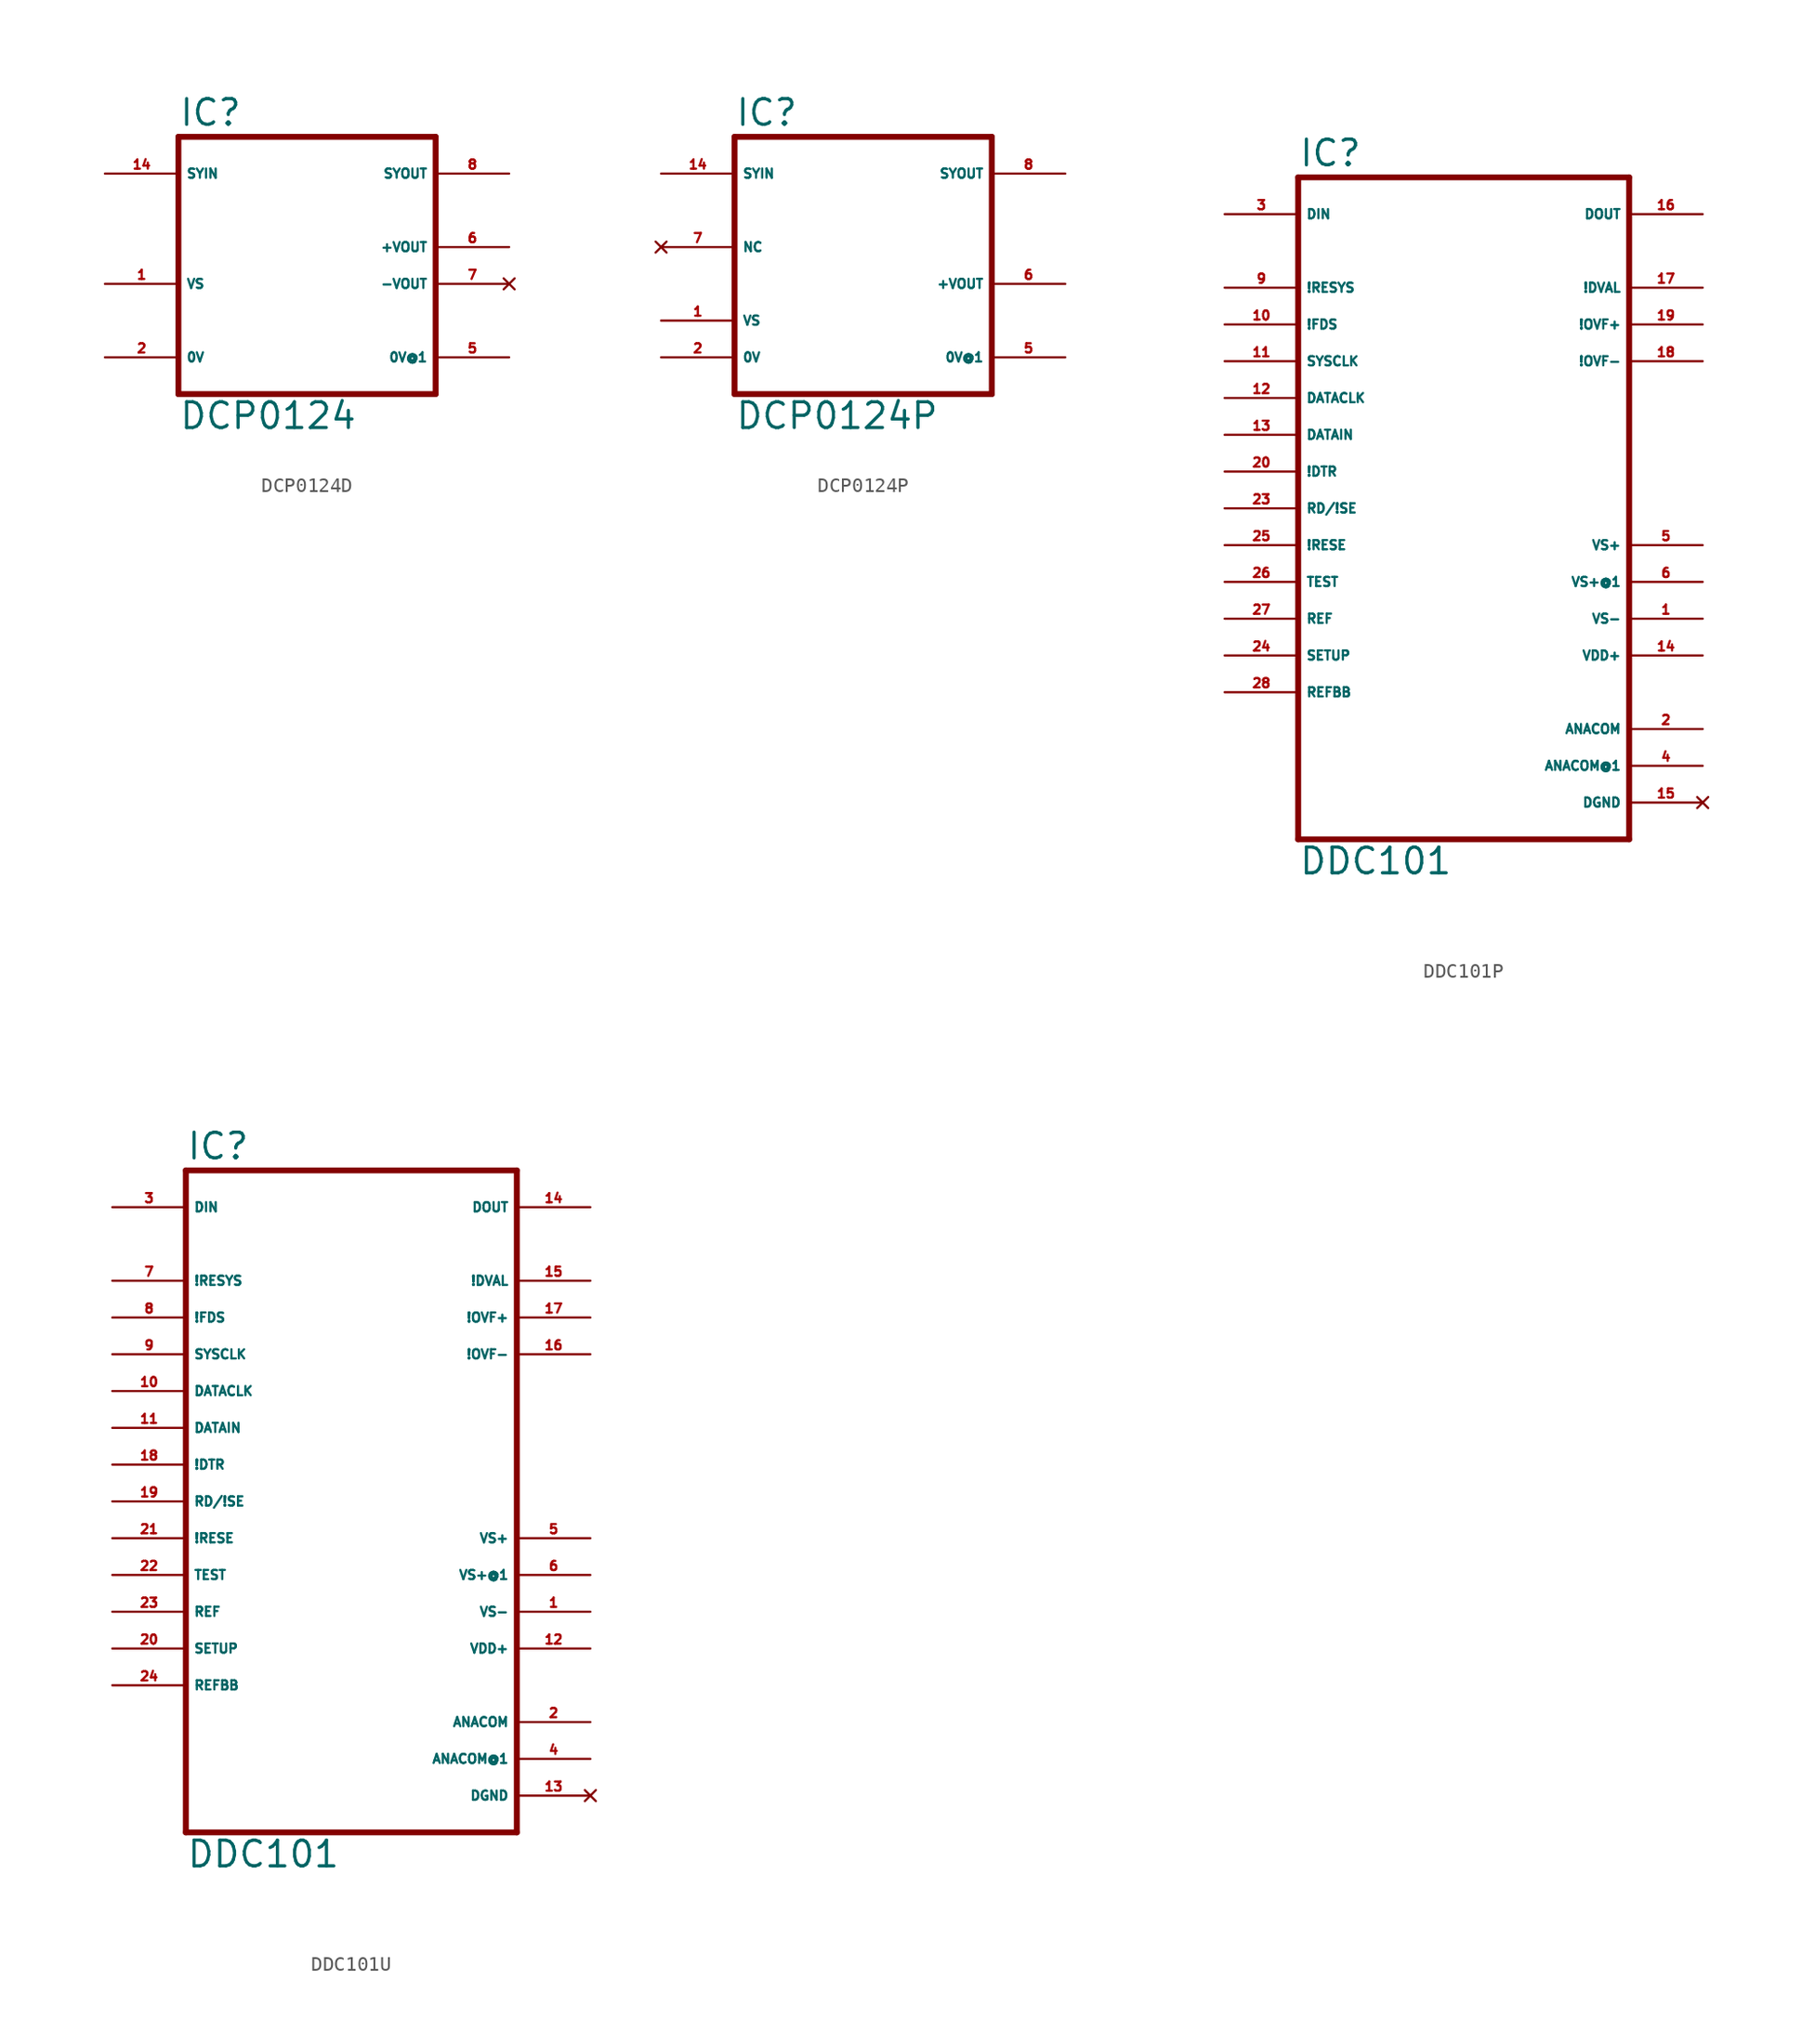
<source format=kicad_sym>
(kicad_symbol_lib
  (version 20220914)
  (generator Eagle2Kicad)
  (symbol "DCP0124D"
    (property "Reference" "IC"
      (at -7.62 8.255 0)
      (effects (font (size 1.778 1.778) (thickness 0.22)) (justify left bottom)))
    (property "Value" "DCP0124"
      (at -7.62 -12.7 0)
      (effects (font (size 1.778 1.778) (thickness 0.22)) (justify left bottom)))
    (polyline
      (pts (xy -7.62 -10.16) (xy 10.16 -10.16))
      (stroke (width 0.406) (type default))
      (fill (type none)))
    (polyline
      (pts (xy 10.16 -10.16) (xy 10.16 7.62))
      (stroke (width 0.406) (type default))
      (fill (type none)))
    (polyline
      (pts (xy 10.16 7.62) (xy -7.62 7.62))
      (stroke (width 0.406) (type default))
      (fill (type none)))
    (polyline
      (pts (xy -7.62 7.62) (xy -7.62 -10.16))
      (stroke (width 0.406) (type default))
      (fill (type none)))
    (pin input line
      (at -12.7 5.08 0)
      (length 5.08)
      (name "SYIN" (effects (font (size 0.635 0.635) (thickness 0.08)) (justify left bottom)))
      (number "14" (effects (font (size 0.635 0.635) (thickness 0.08)) (justify left bottom))))
    (pin output line
      (at 15.24 5.08 180)
      (length 5.08)
      (name "SYOUT" (effects (font (size 0.635 0.635) (thickness 0.08)) (justify left bottom)))
      (number "8" (effects (font (size 0.635 0.635) (thickness 0.08)) (justify left bottom))))
    (pin no_connect line
      (at 15.24 -2.54 180)
      (length 5.08)
      (name "-VOUT" (effects (font (size 0.635 0.635) (thickness 0.08)) (justify left bottom) hide))
      (number "7" (effects (font (size 0.635 0.635) (thickness 0.08)) (justify left bottom) hide)))
    (pin unspecified line
      (at -12.7 -2.54 0)
      (length 5.08)
      (name "VS" (effects (font (size 0.635 0.635) (thickness 0.08)) (justify left bottom)))
      (number "1" (effects (font (size 0.635 0.635) (thickness 0.08)) (justify left bottom))))
    (pin unspecified line
      (at 15.24 0 180)
      (length 5.08)
      (name "+VOUT" (effects (font (size 0.635 0.635) (thickness 0.08)) (justify left bottom)))
      (number "6" (effects (font (size 0.635 0.635) (thickness 0.08)) (justify left bottom))))
    (pin unspecified line
      (at -12.7 -7.62 0)
      (length 5.08)
      (name "0V" (effects (font (size 0.635 0.635) (thickness 0.08)) (justify left bottom)))
      (number "2" (effects (font (size 0.635 0.635) (thickness 0.08)) (justify left bottom))))
    (pin unspecified line
      (at 15.24 -7.62 180)
      (length 5.08)
      (name "0V@1" (effects (font (size 0.635 0.635) (thickness 0.08)) (justify left bottom)))
      (number "5" (effects (font (size 0.635 0.635) (thickness 0.08)) (justify left bottom)))))
  (symbol "DCP0124P"
    (property "Reference" "IC"
      (at -7.62 8.255 0)
      (effects (font (size 1.778 1.778) (thickness 0.22)) (justify left bottom)))
    (property "Value" "DCP0124P"
      (at -7.62 -12.7 0)
      (effects (font (size 1.778 1.778) (thickness 0.22)) (justify left bottom)))
    (polyline
      (pts (xy -7.62 -10.16) (xy 10.16 -10.16))
      (stroke (width 0.406) (type default))
      (fill (type none)))
    (polyline
      (pts (xy 10.16 -10.16) (xy 10.16 7.62))
      (stroke (width 0.406) (type default))
      (fill (type none)))
    (polyline
      (pts (xy 10.16 7.62) (xy -7.62 7.62))
      (stroke (width 0.406) (type default))
      (fill (type none)))
    (polyline
      (pts (xy -7.62 7.62) (xy -7.62 -10.16))
      (stroke (width 0.406) (type default))
      (fill (type none)))
    (pin input line
      (at -12.7 5.08 0)
      (length 5.08)
      (name "SYIN" (effects (font (size 0.635 0.635) (thickness 0.08)) (justify left bottom)))
      (number "14" (effects (font (size 0.635 0.635) (thickness 0.08)) (justify left bottom))))
    (pin output line
      (at 15.24 5.08 180)
      (length 5.08)
      (name "SYOUT" (effects (font (size 0.635 0.635) (thickness 0.08)) (justify left bottom)))
      (number "8" (effects (font (size 0.635 0.635) (thickness 0.08)) (justify left bottom))))
    (pin no_connect line
      (at -12.7 0 0)
      (length 5.08)
      (name "NC" (effects (font (size 0.635 0.635) (thickness 0.08)) (justify left bottom) hide))
      (number "7" (effects (font (size 0.635 0.635) (thickness 0.08)) (justify left bottom) hide)))
    (pin unspecified line
      (at -12.7 -5.08 0)
      (length 5.08)
      (name "VS" (effects (font (size 0.635 0.635) (thickness 0.08)) (justify left bottom)))
      (number "1" (effects (font (size 0.635 0.635) (thickness 0.08)) (justify left bottom))))
    (pin unspecified line
      (at 15.24 -2.54 180)
      (length 5.08)
      (name "+VOUT" (effects (font (size 0.635 0.635) (thickness 0.08)) (justify left bottom)))
      (number "6" (effects (font (size 0.635 0.635) (thickness 0.08)) (justify left bottom))))
    (pin unspecified line
      (at -12.7 -7.62 0)
      (length 5.08)
      (name "0V" (effects (font (size 0.635 0.635) (thickness 0.08)) (justify left bottom)))
      (number "2" (effects (font (size 0.635 0.635) (thickness 0.08)) (justify left bottom))))
    (pin unspecified line
      (at 15.24 -7.62 180)
      (length 5.08)
      (name "0V@1" (effects (font (size 0.635 0.635) (thickness 0.08)) (justify left bottom)))
      (number "5" (effects (font (size 0.635 0.635) (thickness 0.08)) (justify left bottom)))))
  (symbol "DDC101P"
    (property "Reference" "IC"
      (at -10.16 18.415 0)
      (effects (font (size 1.778 1.778) (thickness 0.22)) (justify left bottom)))
    (property "Value" "DDC101"
      (at -10.16 -30.48 0)
      (effects (font (size 1.778 1.778) (thickness 0.22)) (justify left bottom)))
    (polyline
      (pts (xy -10.16 -27.94) (xy 12.7 -27.94))
      (stroke (width 0.406) (type default))
      (fill (type none)))
    (polyline
      (pts (xy 12.7 -27.94) (xy 12.7 17.78))
      (stroke (width 0.406) (type default))
      (fill (type none)))
    (polyline
      (pts (xy 12.7 17.78) (xy -10.16 17.78))
      (stroke (width 0.406) (type default))
      (fill (type none)))
    (polyline
      (pts (xy -10.16 17.78) (xy -10.16 -27.94))
      (stroke (width 0.406) (type default))
      (fill (type none)))
    (pin input line
      (at -15.24 15.24 0)
      (length 5.08)
      (name "DIN" (effects (font (size 0.635 0.635) (thickness 0.08)) (justify left bottom)))
      (number "3" (effects (font (size 0.635 0.635) (thickness 0.08)) (justify left bottom))))
    (pin input line
      (at -15.24 10.16 0)
      (length 5.08)
      (name "!RESYS" (effects (font (size 0.635 0.635) (thickness 0.08)) (justify left bottom)))
      (number "9" (effects (font (size 0.635 0.635) (thickness 0.08)) (justify left bottom))))
    (pin input line
      (at -15.24 7.62 0)
      (length 5.08)
      (name "!FDS" (effects (font (size 0.635 0.635) (thickness 0.08)) (justify left bottom)))
      (number "10" (effects (font (size 0.635 0.635) (thickness 0.08)) (justify left bottom))))
    (pin input line
      (at -15.24 5.08 0)
      (length 5.08)
      (name "SYSCLK" (effects (font (size 0.635 0.635) (thickness 0.08)) (justify left bottom)))
      (number "11" (effects (font (size 0.635 0.635) (thickness 0.08)) (justify left bottom))))
    (pin input line
      (at -15.24 2.54 0)
      (length 5.08)
      (name "DATACLK" (effects (font (size 0.635 0.635) (thickness 0.08)) (justify left bottom)))
      (number "12" (effects (font (size 0.635 0.635) (thickness 0.08)) (justify left bottom))))
    (pin input line
      (at -15.24 0 0)
      (length 5.08)
      (name "DATAIN" (effects (font (size 0.635 0.635) (thickness 0.08)) (justify left bottom)))
      (number "13" (effects (font (size 0.635 0.635) (thickness 0.08)) (justify left bottom))))
    (pin output line
      (at 17.78 15.24 180)
      (length 5.08)
      (name "DOUT" (effects (font (size 0.635 0.635) (thickness 0.08)) (justify left bottom)))
      (number "16" (effects (font (size 0.635 0.635) (thickness 0.08)) (justify left bottom))))
    (pin output line
      (at 17.78 10.16 180)
      (length 5.08)
      (name "!DVAL" (effects (font (size 0.635 0.635) (thickness 0.08)) (justify left bottom)))
      (number "17" (effects (font (size 0.635 0.635) (thickness 0.08)) (justify left bottom))))
    (pin output line
      (at 17.78 7.62 180)
      (length 5.08)
      (name "!OVF+" (effects (font (size 0.635 0.635) (thickness 0.08)) (justify left bottom)))
      (number "19" (effects (font (size 0.635 0.635) (thickness 0.08)) (justify left bottom))))
    (pin output line
      (at 17.78 5.08 180)
      (length 5.08)
      (name "!OVF-" (effects (font (size 0.635 0.635) (thickness 0.08)) (justify left bottom)))
      (number "18" (effects (font (size 0.635 0.635) (thickness 0.08)) (justify left bottom))))
    (pin input line
      (at -15.24 -2.54 0)
      (length 5.08)
      (name "!DTR" (effects (font (size 0.635 0.635) (thickness 0.08)) (justify left bottom)))
      (number "20" (effects (font (size 0.635 0.635) (thickness 0.08)) (justify left bottom))))
    (pin input line
      (at -15.24 -5.08 0)
      (length 5.08)
      (name "RD/!SE" (effects (font (size 0.635 0.635) (thickness 0.08)) (justify left bottom)))
      (number "23" (effects (font (size 0.635 0.635) (thickness 0.08)) (justify left bottom))))
    (pin input line
      (at -15.24 -7.62 0)
      (length 5.08)
      (name "!RESE" (effects (font (size 0.635 0.635) (thickness 0.08)) (justify left bottom)))
      (number "25" (effects (font (size 0.635 0.635) (thickness 0.08)) (justify left bottom))))
    (pin input line
      (at -15.24 -10.16 0)
      (length 5.08)
      (name "TEST" (effects (font (size 0.635 0.635) (thickness 0.08)) (justify left bottom)))
      (number "26" (effects (font (size 0.635 0.635) (thickness 0.08)) (justify left bottom))))
    (pin input line
      (at -15.24 -12.7 0)
      (length 5.08)
      (name "REF" (effects (font (size 0.635 0.635) (thickness 0.08)) (justify left bottom)))
      (number "27" (effects (font (size 0.635 0.635) (thickness 0.08)) (justify left bottom))))
    (pin passive line
      (at -15.24 -17.78 0)
      (length 5.08)
      (name "REFBB" (effects (font (size 0.635 0.635) (thickness 0.08)) (justify left bottom)))
      (number "28" (effects (font (size 0.635 0.635) (thickness 0.08)) (justify left bottom))))
    (pin no_connect line
      (at 17.78 -25.4 180)
      (length 5.08)
      (name "DGND" (effects (font (size 0.635 0.635) (thickness 0.08)) (justify left bottom) hide))
      (number "15" (effects (font (size 0.635 0.635) (thickness 0.08)) (justify left bottom) hide)))
    (pin input line
      (at -15.24 -15.24 0)
      (length 5.08)
      (name "SETUP" (effects (font (size 0.635 0.635) (thickness 0.08)) (justify left bottom)))
      (number "24" (effects (font (size 0.635 0.635) (thickness 0.08)) (justify left bottom))))
    (pin unspecified line
      (at 17.78 -7.62 180)
      (length 5.08)
      (name "VS+" (effects (font (size 0.635 0.635) (thickness 0.08)) (justify left bottom)))
      (number "5" (effects (font (size 0.635 0.635) (thickness 0.08)) (justify left bottom))))
    (pin unspecified line
      (at 17.78 -10.16 180)
      (length 5.08)
      (name "VS+@1" (effects (font (size 0.635 0.635) (thickness 0.08)) (justify left bottom)))
      (number "6" (effects (font (size 0.635 0.635) (thickness 0.08)) (justify left bottom))))
    (pin unspecified line
      (at 17.78 -12.7 180)
      (length 5.08)
      (name "VS-" (effects (font (size 0.635 0.635) (thickness 0.08)) (justify left bottom)))
      (number "1" (effects (font (size 0.635 0.635) (thickness 0.08)) (justify left bottom))))
    (pin unspecified line
      (at 17.78 -15.24 180)
      (length 5.08)
      (name "VDD+" (effects (font (size 0.635 0.635) (thickness 0.08)) (justify left bottom)))
      (number "14" (effects (font (size 0.635 0.635) (thickness 0.08)) (justify left bottom))))
    (pin unspecified line
      (at 17.78 -20.32 180)
      (length 5.08)
      (name "ANACOM" (effects (font (size 0.635 0.635) (thickness 0.08)) (justify left bottom)))
      (number "2" (effects (font (size 0.635 0.635) (thickness 0.08)) (justify left bottom))))
    (pin unspecified line
      (at 17.78 -22.86 180)
      (length 5.08)
      (name "ANACOM@1" (effects (font (size 0.635 0.635) (thickness 0.08)) (justify left bottom)))
      (number "4" (effects (font (size 0.635 0.635) (thickness 0.08)) (justify left bottom)))))
  (symbol "DDC101U"
    (property "Reference" "IC"
      (at -10.16 18.415 0)
      (effects (font (size 1.778 1.778) (thickness 0.22)) (justify left bottom)))
    (property "Value" "DDC101"
      (at -10.16 -30.48 0)
      (effects (font (size 1.778 1.778) (thickness 0.22)) (justify left bottom)))
    (polyline
      (pts (xy -10.16 -27.94) (xy 12.7 -27.94))
      (stroke (width 0.406) (type default))
      (fill (type none)))
    (polyline
      (pts (xy 12.7 -27.94) (xy 12.7 17.78))
      (stroke (width 0.406) (type default))
      (fill (type none)))
    (polyline
      (pts (xy 12.7 17.78) (xy -10.16 17.78))
      (stroke (width 0.406) (type default))
      (fill (type none)))
    (polyline
      (pts (xy -10.16 17.78) (xy -10.16 -27.94))
      (stroke (width 0.406) (type default))
      (fill (type none)))
    (pin input line
      (at -15.24 15.24 0)
      (length 5.08)
      (name "DIN" (effects (font (size 0.635 0.635) (thickness 0.08)) (justify left bottom)))
      (number "3" (effects (font (size 0.635 0.635) (thickness 0.08)) (justify left bottom))))
    (pin input line
      (at -15.24 10.16 0)
      (length 5.08)
      (name "!RESYS" (effects (font (size 0.635 0.635) (thickness 0.08)) (justify left bottom)))
      (number "7" (effects (font (size 0.635 0.635) (thickness 0.08)) (justify left bottom))))
    (pin input line
      (at -15.24 7.62 0)
      (length 5.08)
      (name "!FDS" (effects (font (size 0.635 0.635) (thickness 0.08)) (justify left bottom)))
      (number "8" (effects (font (size 0.635 0.635) (thickness 0.08)) (justify left bottom))))
    (pin input line
      (at -15.24 5.08 0)
      (length 5.08)
      (name "SYSCLK" (effects (font (size 0.635 0.635) (thickness 0.08)) (justify left bottom)))
      (number "9" (effects (font (size 0.635 0.635) (thickness 0.08)) (justify left bottom))))
    (pin input line
      (at -15.24 2.54 0)
      (length 5.08)
      (name "DATACLK" (effects (font (size 0.635 0.635) (thickness 0.08)) (justify left bottom)))
      (number "10" (effects (font (size 0.635 0.635) (thickness 0.08)) (justify left bottom))))
    (pin input line
      (at -15.24 0 0)
      (length 5.08)
      (name "DATAIN" (effects (font (size 0.635 0.635) (thickness 0.08)) (justify left bottom)))
      (number "11" (effects (font (size 0.635 0.635) (thickness 0.08)) (justify left bottom))))
    (pin output line
      (at 17.78 15.24 180)
      (length 5.08)
      (name "DOUT" (effects (font (size 0.635 0.635) (thickness 0.08)) (justify left bottom)))
      (number "14" (effects (font (size 0.635 0.635) (thickness 0.08)) (justify left bottom))))
    (pin output line
      (at 17.78 10.16 180)
      (length 5.08)
      (name "!DVAL" (effects (font (size 0.635 0.635) (thickness 0.08)) (justify left bottom)))
      (number "15" (effects (font (size 0.635 0.635) (thickness 0.08)) (justify left bottom))))
    (pin output line
      (at 17.78 7.62 180)
      (length 5.08)
      (name "!OVF+" (effects (font (size 0.635 0.635) (thickness 0.08)) (justify left bottom)))
      (number "17" (effects (font (size 0.635 0.635) (thickness 0.08)) (justify left bottom))))
    (pin output line
      (at 17.78 5.08 180)
      (length 5.08)
      (name "!OVF-" (effects (font (size 0.635 0.635) (thickness 0.08)) (justify left bottom)))
      (number "16" (effects (font (size 0.635 0.635) (thickness 0.08)) (justify left bottom))))
    (pin input line
      (at -15.24 -2.54 0)
      (length 5.08)
      (name "!DTR" (effects (font (size 0.635 0.635) (thickness 0.08)) (justify left bottom)))
      (number "18" (effects (font (size 0.635 0.635) (thickness 0.08)) (justify left bottom))))
    (pin input line
      (at -15.24 -5.08 0)
      (length 5.08)
      (name "RD/!SE" (effects (font (size 0.635 0.635) (thickness 0.08)) (justify left bottom)))
      (number "19" (effects (font (size 0.635 0.635) (thickness 0.08)) (justify left bottom))))
    (pin input line
      (at -15.24 -7.62 0)
      (length 5.08)
      (name "!RESE" (effects (font (size 0.635 0.635) (thickness 0.08)) (justify left bottom)))
      (number "21" (effects (font (size 0.635 0.635) (thickness 0.08)) (justify left bottom))))
    (pin input line
      (at -15.24 -10.16 0)
      (length 5.08)
      (name "TEST" (effects (font (size 0.635 0.635) (thickness 0.08)) (justify left bottom)))
      (number "22" (effects (font (size 0.635 0.635) (thickness 0.08)) (justify left bottom))))
    (pin input line
      (at -15.24 -12.7 0)
      (length 5.08)
      (name "REF" (effects (font (size 0.635 0.635) (thickness 0.08)) (justify left bottom)))
      (number "23" (effects (font (size 0.635 0.635) (thickness 0.08)) (justify left bottom))))
    (pin passive line
      (at -15.24 -17.78 0)
      (length 5.08)
      (name "REFBB" (effects (font (size 0.635 0.635) (thickness 0.08)) (justify left bottom)))
      (number "24" (effects (font (size 0.635 0.635) (thickness 0.08)) (justify left bottom))))
    (pin no_connect line
      (at 17.78 -25.4 180)
      (length 5.08)
      (name "DGND" (effects (font (size 0.635 0.635) (thickness 0.08)) (justify left bottom) hide))
      (number "13" (effects (font (size 0.635 0.635) (thickness 0.08)) (justify left bottom) hide)))
    (pin input line
      (at -15.24 -15.24 0)
      (length 5.08)
      (name "SETUP" (effects (font (size 0.635 0.635) (thickness 0.08)) (justify left bottom)))
      (number "20" (effects (font (size 0.635 0.635) (thickness 0.08)) (justify left bottom))))
    (pin unspecified line
      (at 17.78 -7.62 180)
      (length 5.08)
      (name "VS+" (effects (font (size 0.635 0.635) (thickness 0.08)) (justify left bottom)))
      (number "5" (effects (font (size 0.635 0.635) (thickness 0.08)) (justify left bottom))))
    (pin unspecified line
      (at 17.78 -10.16 180)
      (length 5.08)
      (name "VS+@1" (effects (font (size 0.635 0.635) (thickness 0.08)) (justify left bottom)))
      (number "6" (effects (font (size 0.635 0.635) (thickness 0.08)) (justify left bottom))))
    (pin unspecified line
      (at 17.78 -12.7 180)
      (length 5.08)
      (name "VS-" (effects (font (size 0.635 0.635) (thickness 0.08)) (justify left bottom)))
      (number "1" (effects (font (size 0.635 0.635) (thickness 0.08)) (justify left bottom))))
    (pin unspecified line
      (at 17.78 -15.24 180)
      (length 5.08)
      (name "VDD+" (effects (font (size 0.635 0.635) (thickness 0.08)) (justify left bottom)))
      (number "12" (effects (font (size 0.635 0.635) (thickness 0.08)) (justify left bottom))))
    (pin unspecified line
      (at 17.78 -20.32 180)
      (length 5.08)
      (name "ANACOM" (effects (font (size 0.635 0.635) (thickness 0.08)) (justify left bottom)))
      (number "2" (effects (font (size 0.635 0.635) (thickness 0.08)) (justify left bottom))))
    (pin unspecified line
      (at 17.78 -22.86 180)
      (length 5.08)
      (name "ANACOM@1" (effects (font (size 0.635 0.635) (thickness 0.08)) (justify left bottom)))
      (number "4" (effects (font (size 0.635 0.635) (thickness 0.08)) (justify left bottom))))))
</source>
